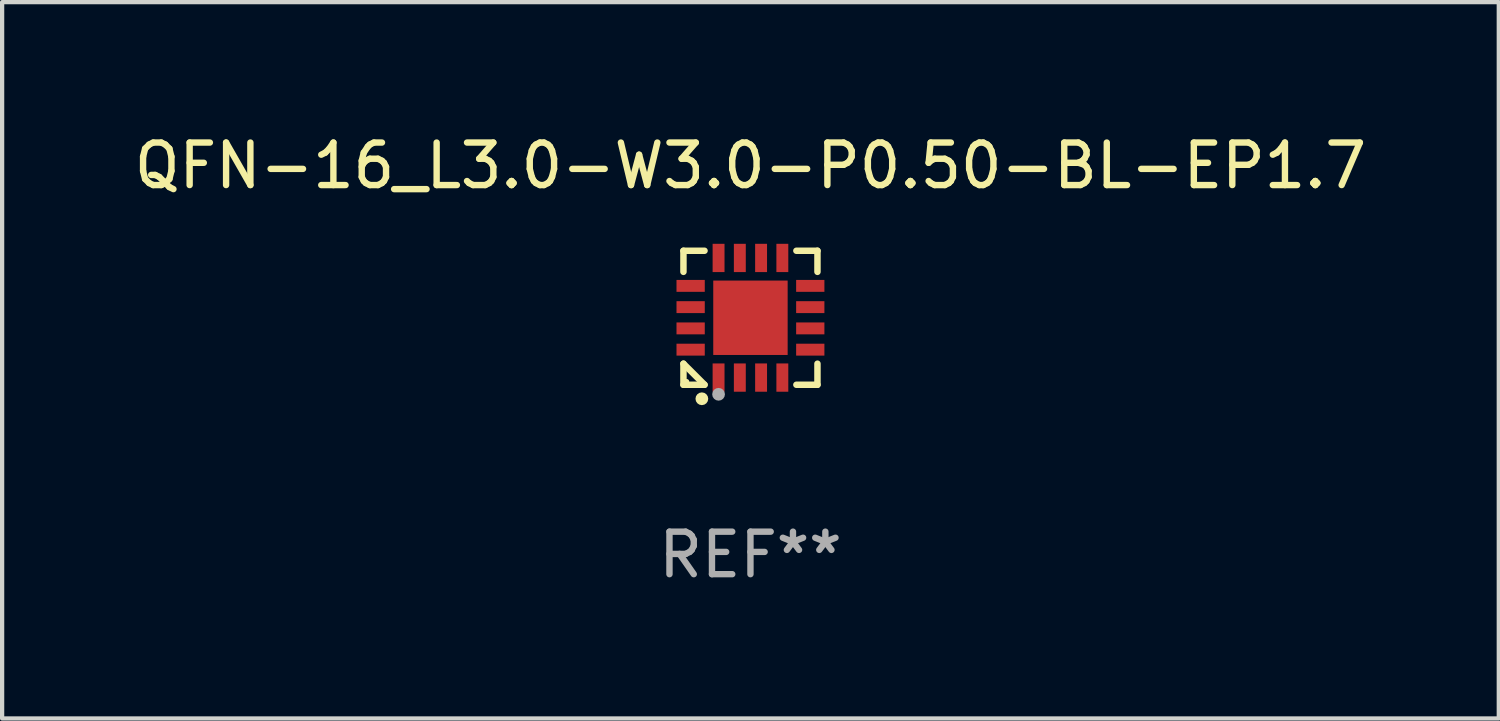
<source format=kicad_pcb>
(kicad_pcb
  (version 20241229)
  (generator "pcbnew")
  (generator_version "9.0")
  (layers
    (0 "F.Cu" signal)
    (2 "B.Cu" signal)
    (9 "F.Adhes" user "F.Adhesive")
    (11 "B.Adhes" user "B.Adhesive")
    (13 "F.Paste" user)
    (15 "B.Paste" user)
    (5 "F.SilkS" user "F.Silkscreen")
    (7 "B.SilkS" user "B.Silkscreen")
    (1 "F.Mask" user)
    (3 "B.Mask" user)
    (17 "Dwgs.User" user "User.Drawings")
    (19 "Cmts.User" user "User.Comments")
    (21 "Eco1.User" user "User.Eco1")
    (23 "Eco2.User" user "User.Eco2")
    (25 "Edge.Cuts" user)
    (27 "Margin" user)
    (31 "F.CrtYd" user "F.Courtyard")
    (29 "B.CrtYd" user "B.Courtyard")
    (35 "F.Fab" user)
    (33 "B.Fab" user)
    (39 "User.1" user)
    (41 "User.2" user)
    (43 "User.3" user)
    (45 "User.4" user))
  (footprint "QFN-16_L3.0-W3.0-P0.50-BL-EP1.7"
    (layer "F.Cu")
    (at 14.601 4.424)
    (property "Reference" "QFN-16_L3.0-W3.0-P0.50-BL-EP1.7" (at 0 -3.576 0) (layer "F.SilkS") (effects (font (size 1 1) (thickness 0.15))))
    (attr through_hole)
    (fp_line (start -1.576 -1.576) (end -1.08 -1.576) (stroke (width 0.152) (type solid)) (layer "F.SilkS"))
    (fp_line (start -1.576 -1.08) (end -1.576 -1.576) (stroke (width 0.152) (type solid)) (layer "F.SilkS"))
    (fp_line (start -1.576 1.08) (end -1.576 1.576) (stroke (width 0.152) (type solid)) (layer "F.SilkS"))
    (fp_line (start -1.576 1.576) (end -1.08 1.576) (stroke (width 0.152) (type solid)) (layer "F.SilkS"))
    (fp_line (start -1.08 1.576) (end -1.576 1.08) (stroke (width 0.152) (type solid)) (layer "F.SilkS"))
    (fp_line (start 1.576 -1.576) (end 1.08 -1.576) (stroke (width 0.152) (type solid)) (layer "F.SilkS"))
    (fp_line (start 1.576 -1.08) (end 1.576 -1.576) (stroke (width 0.152) (type solid)) (layer "F.SilkS"))
    (fp_line (start 1.576 1.08) (end 1.576 1.576) (stroke (width 0.152) (type solid)) (layer "F.SilkS"))
    (fp_line (start 1.576 1.576) (end 1.08 1.576) (stroke (width 0.152) (type solid)) (layer "F.SilkS"))
    (fp_circle (center -1.5 1.5) (end -1.47 1.5) (stroke (width 0.06) (type solid)) (fill no) (layer "F.SilkS"))
    (fp_circle (center -1.143 1.905) (end -1.068 1.905) (stroke (width 0.15) (type solid)) (fill no) (layer "F.SilkS"))
    (fp_circle (center -0.75 1.8) (end -0.675 1.8) (stroke (width 0.15) (type solid)) (fill no) (layer "F.Fab"))
    (fp_text user "REF**" (at 0 5.576 0) (layer "F.Fab") (effects (font (size 1 1) (thickness 0.15))))
    (pad "1" smd rect (at -0.75 1.407) (size 0.28 0.665) (layers "F.Cu" "F.Mask" "F.Paste"))
    (pad "2" smd rect (at -0.25 1.407) (size 0.28 0.665) (layers "F.Cu" "F.Mask" "F.Paste"))
    (pad "3" smd rect (at 0.25 1.407) (size 0.28 0.665) (layers "F.Cu" "F.Mask" "F.Paste"))
    (pad "4" smd rect (at 0.75 1.407) (size 0.28 0.665) (layers "F.Cu" "F.Mask" "F.Paste"))
    (pad "5" smd rect (at 1.407 0.75) (size 0.665 0.28) (layers "F.Cu" "F.Mask" "F.Paste"))
    (pad "6" smd rect (at 1.407 0.25) (size 0.665 0.28) (layers "F.Cu" "F.Mask" "F.Paste"))
    (pad "7" smd rect (at 1.407 -0.25) (size 0.665 0.28) (layers "F.Cu" "F.Mask" "F.Paste"))
    (pad "8" smd rect (at 1.407 -0.75) (size 0.665 0.28) (layers "F.Cu" "F.Mask" "F.Paste"))
    (pad "9" smd rect (at 0.75 -1.407) (size 0.28 0.665) (layers "F.Cu" "F.Mask" "F.Paste"))
    (pad "10" smd rect (at 0.25 -1.407) (size 0.28 0.665) (layers "F.Cu" "F.Mask" "F.Paste"))
    (pad "11" smd rect (at -0.25 -1.407) (size 0.28 0.665) (layers "F.Cu" "F.Mask" "F.Paste"))
    (pad "12" smd rect (at -0.75 -1.407) (size 0.28 0.665) (layers "F.Cu" "F.Mask" "F.Paste"))
    (pad "13" smd rect (at -1.407 -0.75) (size 0.665 0.28) (layers "F.Cu" "F.Mask" "F.Paste"))
    (pad "14" smd rect (at -1.407 -0.25) (size 0.665 0.28) (layers "F.Cu" "F.Mask" "F.Paste"))
    (pad "15" smd rect (at -1.407 0.25) (size 0.665 0.28) (layers "F.Cu" "F.Mask" "F.Paste"))
    (pad "16" smd rect (at -1.407 0.75) (size 0.665 0.28) (layers "F.Cu" "F.Mask" "F.Paste"))
    (pad "17" smd rect (at 0 0) (size 1.75 1.75) (layers "F.Cu" "F.Mask" "F.Paste")))
  (gr_rect
    (start -3 -3)
    (end 32.202 13.849)
    (stroke (width 0.1) (type default))
    (fill no)
    (layer "Edge.Cuts")))
</source>
